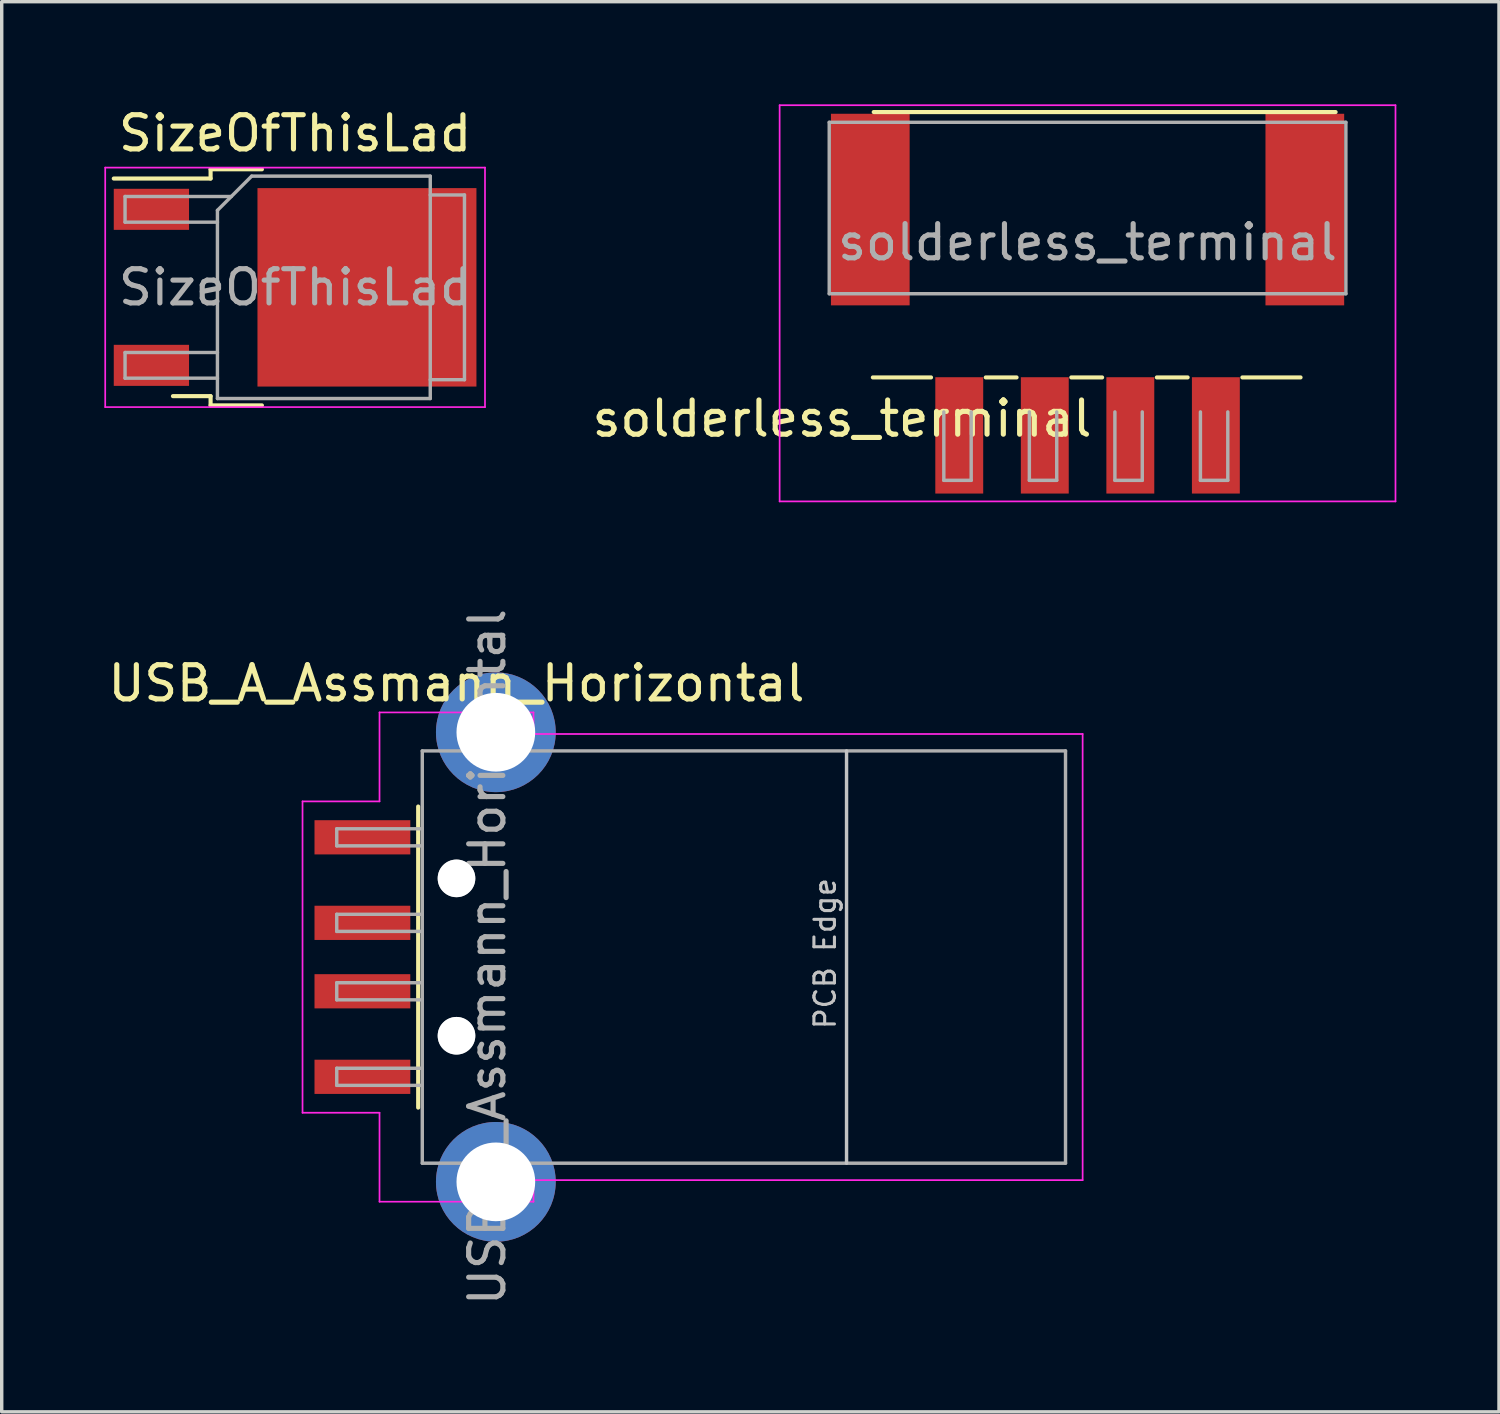
<source format=kicad_pcb>
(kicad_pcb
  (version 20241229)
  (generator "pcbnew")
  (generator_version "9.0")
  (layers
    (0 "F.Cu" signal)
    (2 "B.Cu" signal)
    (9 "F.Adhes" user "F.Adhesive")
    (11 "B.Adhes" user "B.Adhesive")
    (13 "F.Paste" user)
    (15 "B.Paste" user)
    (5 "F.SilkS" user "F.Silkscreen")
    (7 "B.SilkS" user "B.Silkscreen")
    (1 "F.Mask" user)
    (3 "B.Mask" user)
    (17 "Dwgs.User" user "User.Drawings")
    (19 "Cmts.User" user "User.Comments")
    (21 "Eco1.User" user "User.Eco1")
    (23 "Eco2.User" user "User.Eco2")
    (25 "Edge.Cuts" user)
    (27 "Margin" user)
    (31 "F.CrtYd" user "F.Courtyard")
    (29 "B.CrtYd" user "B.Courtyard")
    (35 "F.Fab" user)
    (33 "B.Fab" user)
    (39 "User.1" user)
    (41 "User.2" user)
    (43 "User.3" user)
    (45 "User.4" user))
  (footprint "USB_A_Assmann_Horizontal"
    (layer "F.Cu")
    (at 17.192 24.922)
    (property "Reference" "USB_A_Assmann_Horizontal" (at -6.9 -8 0) (layer "F.SilkS") (effects (font (size 1 1) (thickness 0.15))))
    (attr smd)
    (fp_line (start -8.02 -4.4) (end -8.02 4.4) (stroke (width 0.12) (type solid)) (layer "F.SilkS"))
    (fp_line (start 4.5 6.025) (end 4.5 -6.025) (stroke (width 0.1) (type solid)) (layer "Dwgs.User"))
    (fp_line (start -11.4 -4.55) (end -9.15 -4.55) (stroke (width 0.05) (type solid)) (layer "F.CrtYd"))
    (fp_line (start -11.4 4.55) (end -11.4 -4.55) (stroke (width 0.05) (type solid)) (layer "F.CrtYd"))
    (fp_line (start -11.4 4.55) (end -9.15 4.55) (stroke (width 0.05) (type solid)) (layer "F.CrtYd"))
    (fp_line (start -9.15 -7.15) (end -9.15 -4.55) (stroke (width 0.05) (type solid)) (layer "F.CrtYd"))
    (fp_line (start -9.15 -7.15) (end -4.65 -7.15) (stroke (width 0.05) (type solid)) (layer "F.CrtYd"))
    (fp_line (start -9.15 4.55) (end -9.15 7.15) (stroke (width 0.05) (type solid)) (layer "F.CrtYd"))
    (fp_line (start -9.15 7.15) (end -4.65 7.15) (stroke (width 0.05) (type solid)) (layer "F.CrtYd"))
    (fp_line (start -4.65 -6.52) (end -4.65 -7.15) (stroke (width 0.05) (type solid)) (layer "F.CrtYd"))
    (fp_line (start -4.65 -6.52) (end 11.4 -6.52) (stroke (width 0.05) (type solid)) (layer "F.CrtYd"))
    (fp_line (start -4.65 6.52) (end 11.4 6.52) (stroke (width 0.05) (type solid)) (layer "F.CrtYd"))
    (fp_line (start -4.65 7.15) (end -4.65 6.52) (stroke (width 0.05) (type solid)) (layer "F.CrtYd"))
    (fp_line (start 11.4 6.52) (end 11.4 -6.52) (stroke (width 0.05) (type solid)) (layer "F.CrtYd"))
    (fp_line (start -10.4 -3.75) (end -7.9 -3.75) (stroke (width 0.1) (type solid)) (layer "F.Fab"))
    (fp_line (start -10.4 -3.25) (end -10.4 -3.75) (stroke (width 0.1) (type solid)) (layer "F.Fab"))
    (fp_line (start -10.4 -3.25) (end -7.9 -3.25) (stroke (width 0.1) (type solid)) (layer "F.Fab"))
    (fp_line (start -10.4 -1.25) (end -7.9 -1.25) (stroke (width 0.1) (type solid)) (layer "F.Fab"))
    (fp_line (start -10.4 -0.75) (end -10.4 -1.25) (stroke (width 0.1) (type solid)) (layer "F.Fab"))
    (fp_line (start -10.4 -0.75) (end -7.9 -0.75) (stroke (width 0.1) (type solid)) (layer "F.Fab"))
    (fp_line (start -10.4 0.75) (end -7.9 0.75) (stroke (width 0.1) (type solid)) (layer "F.Fab"))
    (fp_line (start -10.4 1.25) (end -10.4 0.75) (stroke (width 0.1) (type solid)) (layer "F.Fab"))
    (fp_line (start -10.4 1.25) (end -7.9 1.25) (stroke (width 0.1) (type solid)) (layer "F.Fab"))
    (fp_line (start -10.4 3.25) (end -7.9 3.25) (stroke (width 0.1) (type solid)) (layer "F.Fab"))
    (fp_line (start -10.4 3.75) (end -10.4 3.25) (stroke (width 0.1) (type solid)) (layer "F.Fab"))
    (fp_line (start -10.4 3.75) (end -7.9 3.75) (stroke (width 0.1) (type solid)) (layer "F.Fab"))
    (fp_line (start -7.9 -6.025) (end 10.9 -6.025) (stroke (width 0.1) (type solid)) (layer "F.Fab"))
    (fp_line (start -7.9 6.025) (end -7.9 -6.025) (stroke (width 0.1) (type solid)) (layer "F.Fab"))
    (fp_line (start -7.9 6.025) (end 10.9 6.025) (stroke (width 0.1) (type solid)) (layer "F.Fab"))
    (fp_line (start 10.9 6.025) (end 10.9 -6.025) (stroke (width 0.1) (type solid)) (layer "F.Fab"))
    (fp_circle (center -6.9 -2.3) (end -6.9 -2.8) (stroke (width 0.1) (type solid)) (fill no) (layer "F.Fab"))
    (fp_circle (center -6.9 2.3) (end -6.9 2.8) (stroke (width 0.1) (type solid)) (fill no) (layer "F.Fab"))
    (fp_text user "PCB Edge" (at 3.873 -0.102 90) (layer "Dwgs.User") (effects (font (size 0.6 0.6) (thickness 0.09))))
    (fp_text user "${REFERENCE}" (at -6 0 90) (layer "F.Fab") (effects (font (size 1 1) (thickness 0.15))))
    (pad "" np_thru_hole circle (at -6.9 -2.3) (size 1.1 1.1) (drill 1.1) (layers "*.Cu" "*.Mask"))
    (pad "" np_thru_hole circle (at -6.9 2.3) (size 1.1 1.1) (drill 1.1) (layers "*.Cu" "*.Mask"))
    (pad "1" smd rect (at -9.65 -3.5) (size 2.8 1) (layers "F.Cu" "F.Mask" "F.Paste"))
    (pad "2" smd rect (at -9.65 -1) (size 2.8 1) (layers "F.Cu" "F.Mask" "F.Paste"))
    (pad "3" smd rect (at -9.65 1) (size 2.8 1) (layers "F.Cu" "F.Mask" "F.Paste"))
    (pad "4" smd rect (at -9.65 3.5) (size 2.8 1) (layers "F.Cu" "F.Mask" "F.Paste"))
    (pad "5" thru_hole circle (at -5.75 -6.57) (size 3.5 3.5) (drill 2.3) (layers "*.Cu" "*.Mask"))
    (pad "5" thru_hole circle (at -5.75 6.57) (size 3.5 3.5) (drill 2.3) (layers "*.Cu" "*.Mask")))
  (footprint "SizeOfThisLad"
    (layer "F.Cu")
    (at 5.575 5.348)
    (property "Reference" "SizeOfThisLad" (at 0 -4.5 0) (layer "F.SilkS") (effects (font (size 1 1) (thickness 0.15))))
    (attr smd)
    (fp_line (start -2.47 -3.45) (end -2.47 -3.18) (stroke (width 0.12) (type solid)) (layer "F.SilkS"))
    (fp_line (start -2.47 -3.18) (end -5.3 -3.18) (stroke (width 0.12) (type solid)) (layer "F.SilkS"))
    (fp_line (start -2.47 3.18) (end -3.57 3.18) (stroke (width 0.12) (type solid)) (layer "F.SilkS"))
    (fp_line (start -2.47 3.45) (end -2.47 3.18) (stroke (width 0.12) (type solid)) (layer "F.SilkS"))
    (fp_line (start -0.97 -3.45) (end -2.47 -3.45) (stroke (width 0.12) (type solid)) (layer "F.SilkS"))
    (fp_line (start -0.97 3.45) (end -2.47 3.45) (stroke (width 0.12) (type solid)) (layer "F.SilkS"))
    (fp_line (start -5.55 -3.5) (end -5.55 3.5) (stroke (width 0.05) (type solid)) (layer "F.CrtYd"))
    (fp_line (start -5.55 3.5) (end 5.55 3.5) (stroke (width 0.05) (type solid)) (layer "F.CrtYd"))
    (fp_line (start 5.55 -3.5) (end -5.55 -3.5) (stroke (width 0.05) (type solid)) (layer "F.CrtYd"))
    (fp_line (start 5.55 3.5) (end 5.55 -3.5) (stroke (width 0.05) (type solid)) (layer "F.CrtYd"))
    (fp_line (start -4.97 -2.655) (end -4.97 -1.905) (stroke (width 0.1) (type solid)) (layer "F.Fab"))
    (fp_line (start -4.97 -1.905) (end -2.27 -1.905) (stroke (width 0.1) (type solid)) (layer "F.Fab"))
    (fp_line (start -4.97 1.905) (end -4.97 2.655) (stroke (width 0.1) (type solid)) (layer "F.Fab"))
    (fp_line (start -4.97 2.655) (end -2.27 2.655) (stroke (width 0.1) (type solid)) (layer "F.Fab"))
    (fp_line (start -2.27 -2.25) (end -1.27 -3.25) (stroke (width 0.1) (type solid)) (layer "F.Fab"))
    (fp_line (start -2.27 1.905) (end -4.97 1.905) (stroke (width 0.1) (type solid)) (layer "F.Fab"))
    (fp_line (start -2.27 3.25) (end -2.27 -2.25) (stroke (width 0.1) (type solid)) (layer "F.Fab"))
    (fp_line (start -1.865 -2.655) (end -4.97 -2.655) (stroke (width 0.1) (type solid)) (layer "F.Fab"))
    (fp_line (start -1.27 -3.25) (end 3.95 -3.25) (stroke (width 0.1) (type solid)) (layer "F.Fab"))
    (fp_line (start 3.95 -3.25) (end 3.95 3.25) (stroke (width 0.1) (type solid)) (layer "F.Fab"))
    (fp_line (start 3.95 -2.7) (end 4.95 -2.7) (stroke (width 0.1) (type solid)) (layer "F.Fab"))
    (fp_line (start 3.95 3.25) (end -2.27 3.25) (stroke (width 0.1) (type solid)) (layer "F.Fab"))
    (fp_line (start 4.95 -2.7) (end 4.95 2.7) (stroke (width 0.1) (type solid)) (layer "F.Fab"))
    (fp_line (start 4.95 2.7) (end 3.95 2.7) (stroke (width 0.1) (type solid)) (layer "F.Fab"))
    (fp_text user "${REFERENCE}" (at 0 0 0) (layer "F.Fab") (effects (font (size 1 1) (thickness 0.15))))
    (pad "" smd rect (at 0.425 -1.525) (size 3.05 2.75) (layers "F.Paste"))
    (pad "" smd rect (at 0.425 1.525) (size 3.05 2.75) (layers "F.Paste"))
    (pad "" smd rect (at 3.775 -1.525) (size 3.05 2.75) (layers "F.Paste"))
    (pad "" smd rect (at 3.775 1.525) (size 3.05 2.75) (layers "F.Paste"))
    (pad "1" smd rect (at -4.2 -2.28) (size 2.2 1.2) (layers "F.Cu" "F.Mask" "F.Paste"))
    (pad "1" smd rect (at -4.2 2.28) (size 2.2 1.2) (layers "F.Cu" "F.Mask" "F.Paste"))
    (pad "2" smd rect (at 2.1 0) (size 6.4 5.8) (layers "F.Cu" "F.Mask")))
  (footprint "solderless_terminal"
    (layer "F.Cu")
    (at 28.736 4.105)
    (property "Reference" "solderless_terminal" (at -7.176 5.08 0) (layer "F.SilkS") (effects (font (size 1 1) (thickness 0.15))))
    (attr smd)
    (fp_line (start -6.25 -3.88) (end 7.25 -3.88) (stroke (width 0.12) (type solid)) (layer "F.SilkS"))
    (fp_line (start -4.575 3.876) (end -6.275 3.876) (stroke (width 0.12) (type solid)) (layer "F.SilkS"))
    (fp_line (start -2.075 3.876) (end -2.975 3.876) (stroke (width 0.12) (type solid)) (layer "F.SilkS"))
    (fp_line (start 0.425 3.876) (end -0.475 3.876) (stroke (width 0.12) (type solid)) (layer "F.SilkS"))
    (fp_line (start 2.925 3.876) (end 2.025 3.876) (stroke (width 0.12) (type solid)) (layer "F.SilkS"))
    (fp_line (start 6.225 3.876) (end 4.525 3.876) (stroke (width 0.12) (type solid)) (layer "F.SilkS"))
    (fp_line (start -9 -4.08) (end 9 -4.08) (stroke (width 0.05) (type solid)) (layer "F.CrtYd"))
    (fp_line (start -9 7.5) (end -9 -4.08) (stroke (width 0.05) (type solid)) (layer "F.CrtYd"))
    (fp_line (start 9 -4.08) (end 9 7.5) (stroke (width 0.05) (type solid)) (layer "F.CrtYd"))
    (fp_line (start 9 7.5) (end -9 7.5) (stroke (width 0.05) (type solid)) (layer "F.CrtYd"))
    (fp_line (start -7.55 -3.58) (end 7.55 -3.58) (stroke (width 0.1) (type solid)) (layer "F.Fab"))
    (fp_line (start -7.55 1.43) (end -7.55 -3.58) (stroke (width 0.1) (type solid)) (layer "F.Fab"))
    (fp_line (start -4.201 4.884) (end -4.201 6.884) (stroke (width 0.1) (type solid)) (layer "F.Fab"))
    (fp_line (start -4.201 6.884) (end -3.401 6.884) (stroke (width 0.1) (type solid)) (layer "F.Fab"))
    (fp_line (start -3.401 4.884) (end -3.401 6.884) (stroke (width 0.1) (type solid)) (layer "F.Fab"))
    (fp_line (start -1.701 4.884) (end -1.701 6.884) (stroke (width 0.1) (type solid)) (layer "F.Fab"))
    (fp_line (start -1.701 6.884) (end -0.901 6.884) (stroke (width 0.1) (type solid)) (layer "F.Fab"))
    (fp_line (start -0.901 4.884) (end -0.901 6.884) (stroke (width 0.1) (type solid)) (layer "F.Fab"))
    (fp_line (start 0.799 4.884) (end 0.799 6.884) (stroke (width 0.1) (type solid)) (layer "F.Fab"))
    (fp_line (start 0.799 6.884) (end 1.599 6.884) (stroke (width 0.1) (type solid)) (layer "F.Fab"))
    (fp_line (start 1.599 4.884) (end 1.599 6.884) (stroke (width 0.1) (type solid)) (layer "F.Fab"))
    (fp_line (start 3.299 4.884) (end 3.299 6.884) (stroke (width 0.1) (type solid)) (layer "F.Fab"))
    (fp_line (start 3.299 6.884) (end 4.099 6.884) (stroke (width 0.1) (type solid)) (layer "F.Fab"))
    (fp_line (start 4.099 4.884) (end 4.099 6.884) (stroke (width 0.1) (type solid)) (layer "F.Fab"))
    (fp_line (start 7.55 1.43) (end -7.55 1.43) (stroke (width 0.1) (type solid)) (layer "F.Fab"))
    (fp_line (start 7.55 1.43) (end 7.55 -3.58) (stroke (width 0.1) (type solid)) (layer "F.Fab"))
    (fp_text user "${REFERENCE}" (at 0 -0.075 0) (layer "F.Fab") (effects (font (size 1 1) (thickness 0.15))))
    (pad "" smd rect (at -6.35 -1.03 180) (size 2.3 5.6) (layers "F.Cu" "F.Mask" "F.Paste"))
    (pad "" smd rect (at 6.35 -1.03 180) (size 2.3 5.6) (layers "F.Cu" "F.Mask" "F.Paste"))
    (pad "1" smd rect (at -3.75 5.57 180) (size 1.4 3.4) (layers "F.Cu" "F.Mask" "F.Paste"))
    (pad "2" smd rect (at -1.25 5.57 180) (size 1.4 3.4) (layers "F.Cu" "F.Mask" "F.Paste"))
    (pad "3" smd rect (at 1.25 5.57 180) (size 1.4 3.4) (layers "F.Cu" "F.Mask" "F.Paste"))
    (pad "4" smd rect (at 3.75 5.57 180) (size 1.4 3.4) (layers "F.Cu" "F.Mask" "F.Paste")))
  (gr_rect
    (start -3 -3)
    (end 40.761 38.213)
    (stroke (width 0.1) (type default))
    (fill no)
    (layer "Edge.Cuts")))
</source>
